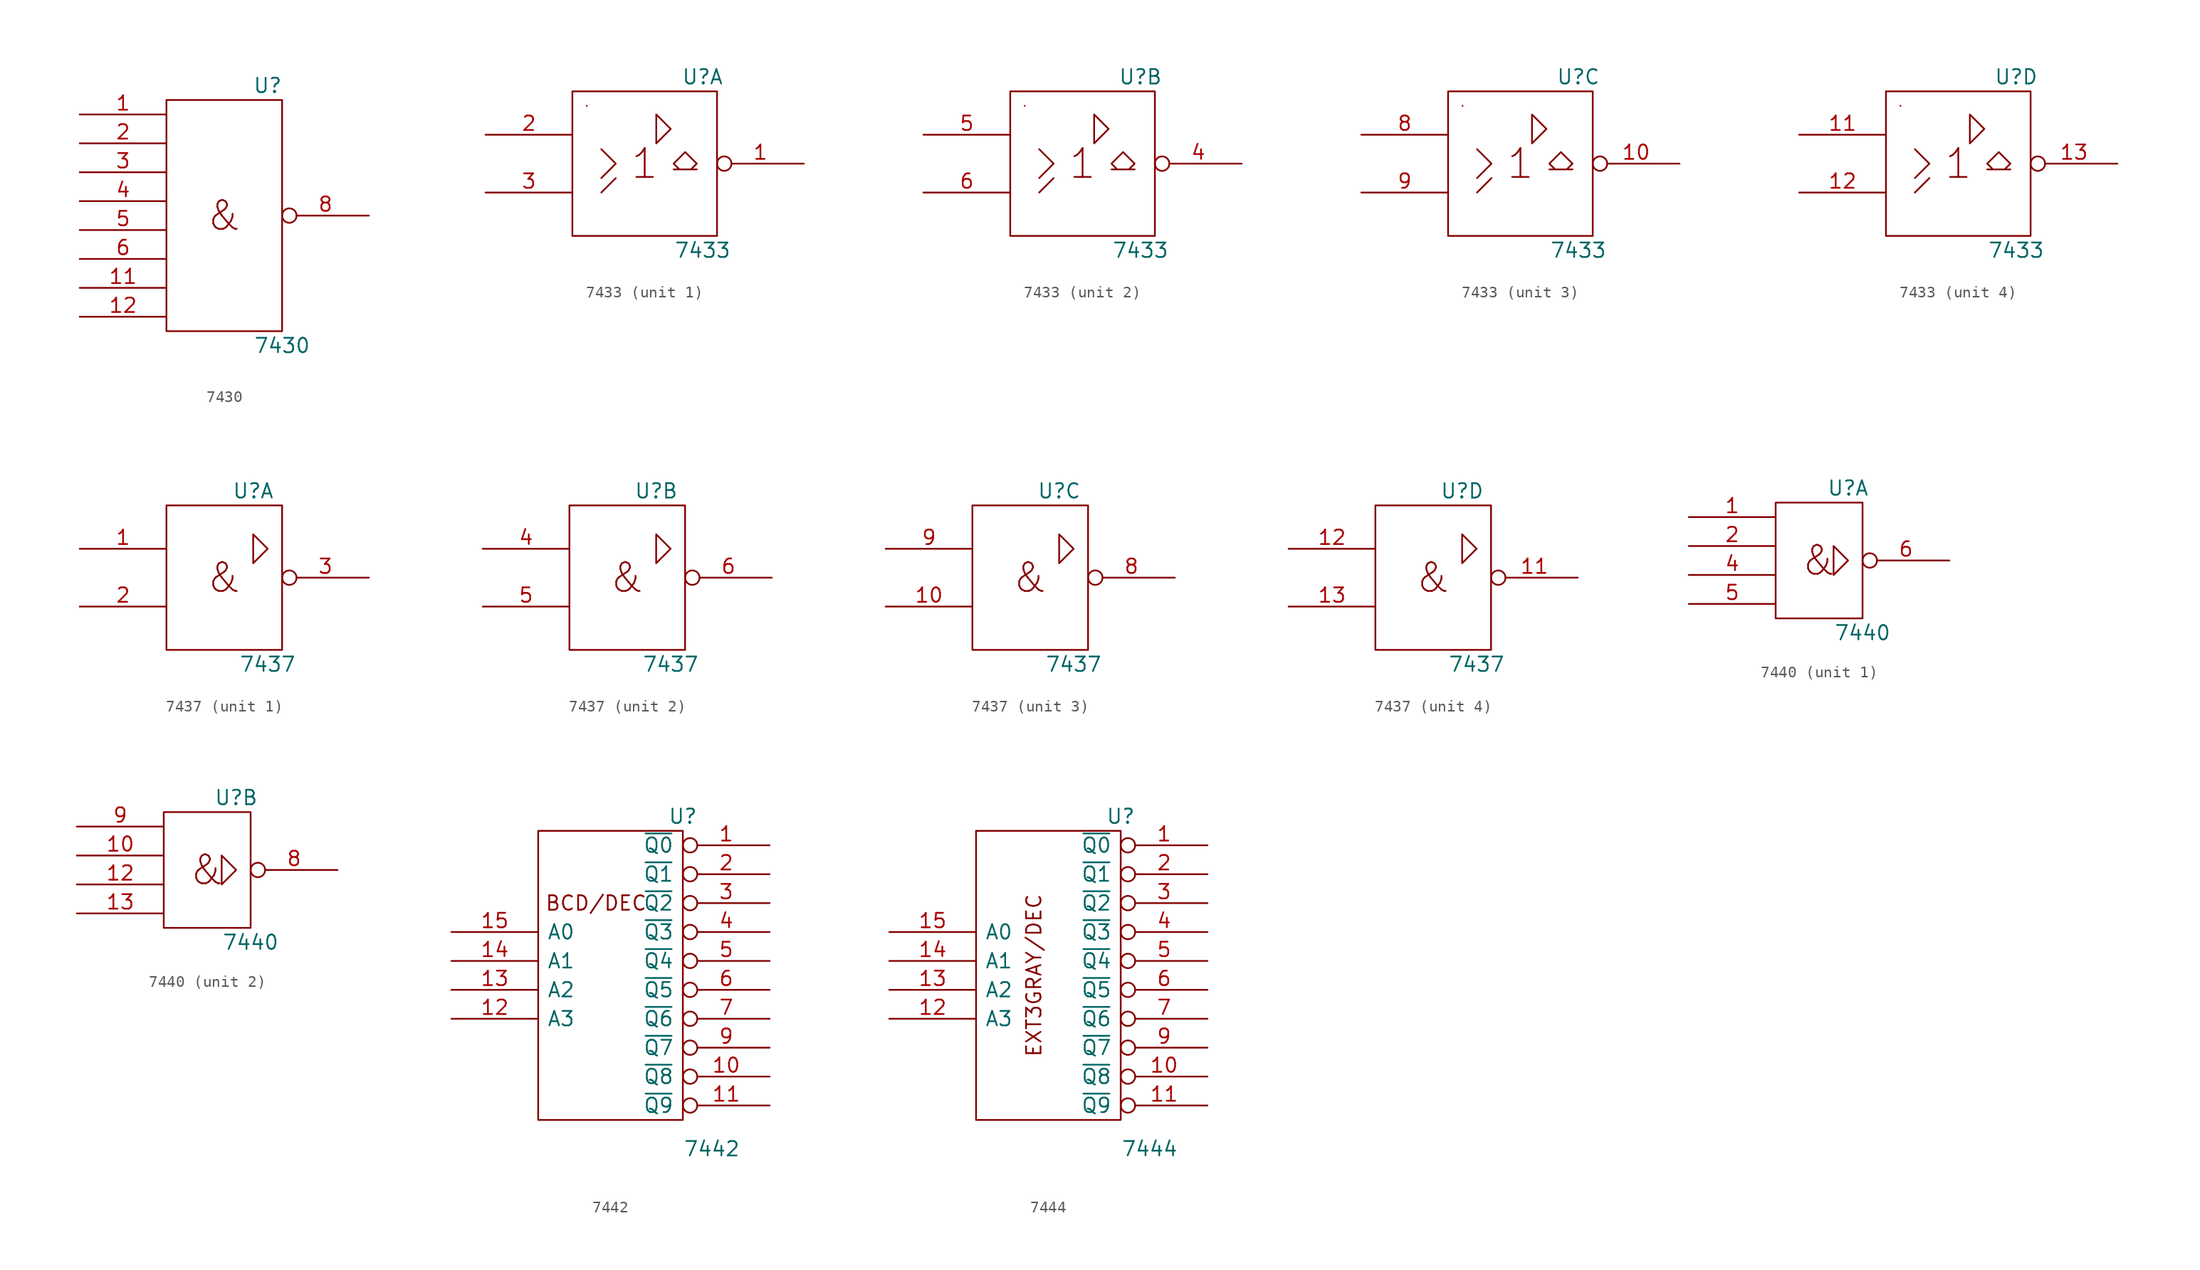
<source format=kicad_sym>
(kicad_symbol_lib
  (version 20201005)
  (generator kicad_symbol_editor)
  (symbol "7430"
    (pin_names
      (offset 0.762))
    (property "Reference" "U"
      (at 3.81 11.43 0)
      (effects (font (size 1.27 1.27))))
    (property "Value" "7430"
      (at 5.08 -11.43 0)
      (effects (font (size 1.27 1.27))))
    (symbol "7430_0_0"
      (text "&" (at 0 0 0) (effects (font (size 2.54 2.54)))))
    (symbol "7430_0_1"
      (rectangle (start -5.08 10.16) (end 5.08 -10.16) (stroke (width 0)) (fill (type none)))
      (pin power_in line (at 0 10.16 270) (length 0) hide (name "Vcc" (effects (font (size 1.27 1.27)))) (number "14" (effects (font (size 1.27 1.27)))))
      (pin power_in line (at 0 -10.16 90) (length 0) hide (name "Gnd" (effects (font (size 1.27 1.27)))) (number "7" (effects (font (size 1.27 1.27))))))
    (symbol "7430_1_1"
      (pin output inverted (at 12.7 0 180) (length 7.62) (name "~" (effects (font (size 1.27 1.27)))) (number "8" (effects (font (size 1.27 1.27)))))
      (pin input line (at -12.7 -8.89 0) (length 7.62) (name "~" (effects (font (size 1.27 1.27)))) (number "12" (effects (font (size 1.27 1.27)))))
      (pin input line (at -12.7 -6.35 0) (length 7.62) (name "~" (effects (font (size 1.27 1.27)))) (number "11" (effects (font (size 1.27 1.27)))))
      (pin input line (at -12.7 -3.81 0) (length 7.62) (name "~" (effects (font (size 1.27 1.27)))) (number "6" (effects (font (size 1.27 1.27)))))
      (pin input line (at -12.7 -1.27 0) (length 7.62) (name "~" (effects (font (size 1.27 1.27)))) (number "5" (effects (font (size 1.27 1.27)))))
      (pin input line (at -12.7 1.27 0) (length 7.62) (name "~" (effects (font (size 1.27 1.27)))) (number "4" (effects (font (size 1.27 1.27)))))
      (pin input line (at -12.7 3.81 0) (length 7.62) (name "~" (effects (font (size 1.27 1.27)))) (number "3" (effects (font (size 1.27 1.27)))))
      (pin input line (at -12.7 6.35 0) (length 7.62) (name "~" (effects (font (size 1.27 1.27)))) (number "2" (effects (font (size 1.27 1.27)))))
      (pin input line (at -12.7 8.89 0) (length 7.62) (name "~" (effects (font (size 1.27 1.27)))) (number "1" (effects (font (size 1.27 1.27)))))))
  (symbol "7433"
    (pin_names
      (offset 0.762))
    (property "Reference" "U"
      (at 5.08 7.62 0)
      (effects (font (size 1.27 1.27))))
    (property "Value" "7433"
      (at 5.08 -7.62 0)
      (effects (font (size 1.27 1.27))))
    (symbol "7433_0_0"
      (text "1" (at 0 0 0) (effects (font (size 2.54 2.54))))
      (rectangle (start -5.08 5.08) (end -5.08 5.08) (stroke (width 0)) (fill (type none)))
      (polyline (pts (xy 1.016 4.318) (xy 1.016 1.778) (xy 2.286 3.048) (xy 1.016 4.318) (xy 1.016 4.318)) (stroke (width 0)) (fill (type none)))
      (polyline (pts (xy -3.81 -2.54) (xy -2.54 -1.27) (xy -2.54 -1.27)) (stroke (width 0)) (fill (type none)))
      (polyline (pts (xy -3.81 1.27) (xy -2.54 0) (xy -3.81 -1.27) (xy -3.81 -1.27)) (stroke (width 0)) (fill (type none)))
      (pin power_in line (at 0 6.35 270) (length 0) hide (name "VCC" (effects (font (size 1.27 1.27)))) (number "14" (effects (font (size 1.27 1.27)))))
      (pin power_in line (at 0 -6.35 90) (length 0) hide (name "GND" (effects (font (size 1.27 1.27)))) (number "7" (effects (font (size 1.27 1.27))))))
    (symbol "7433_0_1"
      (rectangle (start -6.35 6.35) (end 6.35 -6.35) (stroke (width 0)) (fill (type none)))
      (polyline (pts (xy 3.556 1.016) (xy 4.572 0) (xy 4.064 -0.508) (xy 4.572 -0.508) (xy 2.54 -0.508) (xy 3.556 -0.508) (xy 3.556 -0.508) (xy 3.048 -0.508) (xy 2.54 0) (xy 3.556 1.016) (xy 3.556 1.016)) (stroke (width 0)) (fill (type none))))
    (symbol "7433_1_1"
      (pin open_collector inverted (at 13.97 0 180) (length 7.62) (name "~" (effects (font (size 1.27 1.27)))) (number "1" (effects (font (size 1.27 1.27)))))
      (pin input line (at -13.97 -2.54 0) (length 7.62) (name "~" (effects (font (size 1.27 1.27)))) (number "3" (effects (font (size 1.27 1.27)))))
      (pin input line (at -13.97 2.54 0) (length 7.62) (name "~" (effects (font (size 1.27 1.27)))) (number "2" (effects (font (size 1.27 1.27))))))
    (symbol "7433_2_1"
      (pin open_collector inverted (at 13.97 0 180) (length 7.62) (name "~" (effects (font (size 1.27 1.27)))) (number "4" (effects (font (size 1.27 1.27)))))
      (pin input line (at -13.97 -2.54 0) (length 7.62) (name "~" (effects (font (size 1.27 1.27)))) (number "6" (effects (font (size 1.27 1.27)))))
      (pin input line (at -13.97 2.54 0) (length 7.62) (name "~" (effects (font (size 1.27 1.27)))) (number "5" (effects (font (size 1.27 1.27))))))
    (symbol "7433_3_1"
      (pin open_collector inverted (at 13.97 0 180) (length 7.62) (name "~" (effects (font (size 1.27 1.27)))) (number "10" (effects (font (size 1.27 1.27)))))
      (pin input line (at -13.97 -2.54 0) (length 7.62) (name "~" (effects (font (size 1.27 1.27)))) (number "9" (effects (font (size 1.27 1.27)))))
      (pin input line (at -13.97 2.54 0) (length 7.62) (name "~" (effects (font (size 1.27 1.27)))) (number "8" (effects (font (size 1.27 1.27))))))
    (symbol "7433_4_1"
      (pin open_collector inverted (at 13.97 0 180) (length 7.62) (name "~" (effects (font (size 1.27 1.27)))) (number "13" (effects (font (size 1.27 1.27)))))
      (pin input line (at -13.97 -2.54 0) (length 7.62) (name "~" (effects (font (size 1.27 1.27)))) (number "12" (effects (font (size 1.27 1.27)))))
      (pin input line (at -13.97 2.54 0) (length 7.62) (name "~" (effects (font (size 1.27 1.27)))) (number "11" (effects (font (size 1.27 1.27)))))))
  (symbol "7437"
    (pin_names
      (offset 0.762))
    (property "Reference" "U"
      (at 2.54 7.62 0)
      (effects (font (size 1.27 1.27))))
    (property "Value" "7437"
      (at 3.81 -7.62 0)
      (effects (font (size 1.27 1.27))))
    (symbol "7437_0_0"
      (text "&" (at 0 0 0) (effects (font (size 2.54 2.54))))
      (polyline (pts (xy 2.54 3.81) (xy 2.54 1.27) (xy 3.81 2.54) (xy 2.54 3.81) (xy 2.54 3.81)) (stroke (width 0)) (fill (type none)))
      (pin power_in line (at 0 -6.35 90) (length 0) hide (name "GND" (effects (font (size 1.27 1.27)))) (number "7" (effects (font (size 1.27 1.27))))))
    (symbol "7437_0_1"
      (rectangle (start -5.08 6.35) (end 5.08 -6.35) (stroke (width 0)) (fill (type none)))
      (pin power_in line (at 0 6.35 270) (length 0) hide (name "Vcc" (effects (font (size 1.27 1.27)))) (number "14" (effects (font (size 1.27 1.27))))))
    (symbol "7437_1_1"
      (pin output inverted (at 12.7 0 180) (length 7.62) (name "~" (effects (font (size 1.27 1.27)))) (number "3" (effects (font (size 1.27 1.27)))))
      (pin input line (at -12.7 -2.54 0) (length 7.62) (name "~" (effects (font (size 1.27 1.27)))) (number "2" (effects (font (size 1.27 1.27)))))
      (pin input line (at -12.7 2.54 0) (length 7.62) (name "~" (effects (font (size 1.27 1.27)))) (number "1" (effects (font (size 1.27 1.27))))))
    (symbol "7437_2_1"
      (pin output inverted (at 12.7 0 180) (length 7.62) (name "~" (effects (font (size 1.27 1.27)))) (number "6" (effects (font (size 1.27 1.27)))))
      (pin input line (at -12.7 -2.54 0) (length 7.62) (name "~" (effects (font (size 1.27 1.27)))) (number "5" (effects (font (size 1.27 1.27)))))
      (pin input line (at -12.7 2.54 0) (length 7.62) (name "~" (effects (font (size 1.27 1.27)))) (number "4" (effects (font (size 1.27 1.27))))))
    (symbol "7437_3_1"
      (pin output inverted (at 12.7 0 180) (length 7.62) (name "~" (effects (font (size 1.27 1.27)))) (number "8" (effects (font (size 1.27 1.27)))))
      (pin input line (at -12.7 -2.54 0) (length 7.62) (name "~" (effects (font (size 1.27 1.27)))) (number "10" (effects (font (size 1.27 1.27)))))
      (pin input line (at -12.7 2.54 0) (length 7.62) (name "~" (effects (font (size 1.27 1.27)))) (number "9" (effects (font (size 1.27 1.27))))))
    (symbol "7437_4_1"
      (pin output inverted (at 12.7 0 180) (length 7.62) (name "~" (effects (font (size 1.27 1.27)))) (number "11" (effects (font (size 1.27 1.27)))))
      (pin input line (at -12.7 -2.54 0) (length 7.62) (name "~" (effects (font (size 1.27 1.27)))) (number "13" (effects (font (size 1.27 1.27)))))
      (pin input line (at -12.7 2.54 0) (length 7.62) (name "~" (effects (font (size 1.27 1.27)))) (number "12" (effects (font (size 1.27 1.27)))))))
  (symbol "7440"
    (pin_names
      (offset 0.762))
    (property "Reference" "U"
      (at 2.54 6.35 0)
      (effects (font (size 1.27 1.27))))
    (property "Value" "7440"
      (at 3.81 -6.35 0)
      (effects (font (size 1.27 1.27))))
    (symbol "7440_0_0"
      (text "&" (at 0 0 0) (effects (font (size 2.54 2.54)))))
    (symbol "7440_0_1"
      (rectangle (start -3.81 5.08) (end 3.81 -5.08) (stroke (width 0)) (fill (type none)))
      (polyline (pts (xy 1.27 1.27) (xy 1.27 -1.27) (xy 2.54 0) (xy 1.27 1.27) (xy 1.27 1.27)) (stroke (width 0)) (fill (type none)))
      (pin power_in line (at 0 5.08 270) (length 0) hide (name "Vcc" (effects (font (size 1.27 1.27)))) (number "14" (effects (font (size 1.27 1.27)))))
      (pin power_in line (at 0 -5.08 90) (length 0) hide (name "Gnd" (effects (font (size 1.27 1.27)))) (number "7" (effects (font (size 1.27 1.27))))))
    (symbol "7440_1_1"
      (pin output inverted (at 11.43 0 180) (length 7.62) (name "~" (effects (font (size 1.27 1.27)))) (number "6" (effects (font (size 1.27 1.27)))))
      (pin input line (at -11.43 -3.81 0) (length 7.62) (name "~" (effects (font (size 1.27 1.27)))) (number "5" (effects (font (size 1.27 1.27)))))
      (pin input line (at -11.43 -1.27 0) (length 7.62) (name "~" (effects (font (size 1.27 1.27)))) (number "4" (effects (font (size 1.27 1.27)))))
      (pin input line (at -11.43 1.27 0) (length 7.62) (name "~" (effects (font (size 1.27 1.27)))) (number "2" (effects (font (size 1.27 1.27)))))
      (pin input line (at -11.43 3.81 0) (length 7.62) (name "~" (effects (font (size 1.27 1.27)))) (number "1" (effects (font (size 1.27 1.27))))))
    (symbol "7440_2_1"
      (pin output inverted (at 11.43 0 180) (length 7.62) (name "~" (effects (font (size 1.27 1.27)))) (number "8" (effects (font (size 1.27 1.27)))))
      (pin input line (at -11.43 -3.81 0) (length 7.62) (name "~" (effects (font (size 1.27 1.27)))) (number "13" (effects (font (size 1.27 1.27)))))
      (pin input line (at -11.43 -1.27 0) (length 7.62) (name "~" (effects (font (size 1.27 1.27)))) (number "12" (effects (font (size 1.27 1.27)))))
      (pin input line (at -11.43 1.27 0) (length 7.62) (name "~" (effects (font (size 1.27 1.27)))) (number "10" (effects (font (size 1.27 1.27)))))
      (pin input line (at -11.43 3.81 0) (length 7.62) (name "~" (effects (font (size 1.27 1.27)))) (number "9" (effects (font (size 1.27 1.27)))))))
  (symbol "7442"
    (pin_names
      (offset 0.762))
    (property "Reference" "U"
      (at 6.35 13.97 0)
      (effects (font (size 1.27 1.27))))
    (property "Value" "7442"
      (at 8.89 -15.24 0)
      (effects (font (size 1.27 1.27))))
    (symbol "7442_0_0"
      (text "BCD/DEC" (at -1.27 6.35 0) (effects (font (size 1.27 1.27))))
      (rectangle (start -6.35 12.7) (end 6.35 -12.7) (stroke (width 0)) (fill (type none)))
      (pin power_in line (at 0 12.7 270) (length 0) hide (name "VCC" (effects (font (size 1.27 1.27)))) (number "16" (effects (font (size 1.27 1.27)))))
      (pin power_in line (at 0 -12.7 90) (length 0) hide (name "GND" (effects (font (size 1.27 1.27)))) (number "8" (effects (font (size 1.27 1.27))))))
    (symbol "7442_1_1"
      (pin output inverted (at 13.97 -11.43 180) (length 7.62) (name "~Q9" (effects (font (size 1.27 1.27)))) (number "11" (effects (font (size 1.27 1.27)))))
      (pin output inverted (at 13.97 -8.89 180) (length 7.62) (name "~Q8" (effects (font (size 1.27 1.27)))) (number "10" (effects (font (size 1.27 1.27)))))
      (pin output inverted (at 13.97 -6.35 180) (length 7.62) (name "~Q7" (effects (font (size 1.27 1.27)))) (number "9" (effects (font (size 1.27 1.27)))))
      (pin output inverted (at 13.97 -3.81 180) (length 7.62) (name "~Q6" (effects (font (size 1.27 1.27)))) (number "7" (effects (font (size 1.27 1.27)))))
      (pin output inverted (at 13.97 -1.27 180) (length 7.62) (name "~Q5" (effects (font (size 1.27 1.27)))) (number "6" (effects (font (size 1.27 1.27)))))
      (pin output inverted (at 13.97 1.27 180) (length 7.62) (name "~Q4" (effects (font (size 1.27 1.27)))) (number "5" (effects (font (size 1.27 1.27)))))
      (pin output inverted (at 13.97 3.81 180) (length 7.62) (name "~Q3" (effects (font (size 1.27 1.27)))) (number "4" (effects (font (size 1.27 1.27)))))
      (pin output inverted (at 13.97 6.35 180) (length 7.62) (name "~Q2" (effects (font (size 1.27 1.27)))) (number "3" (effects (font (size 1.27 1.27)))))
      (pin output inverted (at 13.97 8.89 180) (length 7.62) (name "~Q1" (effects (font (size 1.27 1.27)))) (number "2" (effects (font (size 1.27 1.27)))))
      (pin output inverted (at 13.97 11.43 180) (length 7.62) (name "~Q0" (effects (font (size 1.27 1.27)))) (number "1" (effects (font (size 1.27 1.27)))))
      (pin input line (at -13.97 -3.81 0) (length 7.62) (name "A3" (effects (font (size 1.27 1.27)))) (number "12" (effects (font (size 1.27 1.27)))))
      (pin input line (at -13.97 -1.27 0) (length 7.62) (name "A2" (effects (font (size 1.27 1.27)))) (number "13" (effects (font (size 1.27 1.27)))))
      (pin input line (at -13.97 1.27 0) (length 7.62) (name "A1" (effects (font (size 1.27 1.27)))) (number "14" (effects (font (size 1.27 1.27)))))
      (pin input line (at -13.97 3.81 0) (length 7.62) (name "A0" (effects (font (size 1.27 1.27)))) (number "15" (effects (font (size 1.27 1.27)))))))
  (symbol "7444"
    (pin_names
      (offset 0.762))
    (property "Reference" "U"
      (at 6.35 13.97 0)
      (effects (font (size 1.27 1.27))))
    (property "Value" "7444"
      (at 8.89 -15.24 0)
      (effects (font (size 1.27 1.27))))
    (symbol "7444_0_0"
      (text "EXT3GRAY/DEC" (at -1.27 0 900) (effects (font (size 1.27 1.27))))
      (rectangle (start -6.35 12.7) (end 6.35 -12.7) (stroke (width 0)) (fill (type none)))
      (pin power_in line (at 0 12.7 270) (length 0) hide (name "VCC" (effects (font (size 1.27 1.27)))) (number "16" (effects (font (size 1.27 1.27)))))
      (pin power_in line (at 0 -12.7 90) (length 0) hide (name "GND" (effects (font (size 1.27 1.27)))) (number "8" (effects (font (size 1.27 1.27))))))
    (symbol "7444_1_1"
      (pin output inverted (at 13.97 -11.43 180) (length 7.62) (name "~Q9" (effects (font (size 1.27 1.27)))) (number "11" (effects (font (size 1.27 1.27)))))
      (pin output inverted (at 13.97 -8.89 180) (length 7.62) (name "~Q8" (effects (font (size 1.27 1.27)))) (number "10" (effects (font (size 1.27 1.27)))))
      (pin output inverted (at 13.97 -6.35 180) (length 7.62) (name "~Q7" (effects (font (size 1.27 1.27)))) (number "9" (effects (font (size 1.27 1.27)))))
      (pin output inverted (at 13.97 -3.81 180) (length 7.62) (name "~Q6" (effects (font (size 1.27 1.27)))) (number "7" (effects (font (size 1.27 1.27)))))
      (pin output inverted (at 13.97 -1.27 180) (length 7.62) (name "~Q5" (effects (font (size 1.27 1.27)))) (number "6" (effects (font (size 1.27 1.27)))))
      (pin output inverted (at 13.97 1.27 180) (length 7.62) (name "~Q4" (effects (font (size 1.27 1.27)))) (number "5" (effects (font (size 1.27 1.27)))))
      (pin output inverted (at 13.97 3.81 180) (length 7.62) (name "~Q3" (effects (font (size 1.27 1.27)))) (number "4" (effects (font (size 1.27 1.27)))))
      (pin output inverted (at 13.97 6.35 180) (length 7.62) (name "~Q2" (effects (font (size 1.27 1.27)))) (number "3" (effects (font (size 1.27 1.27)))))
      (pin output inverted (at 13.97 8.89 180) (length 7.62) (name "~Q1" (effects (font (size 1.27 1.27)))) (number "2" (effects (font (size 1.27 1.27)))))
      (pin output inverted (at 13.97 11.43 180) (length 7.62) (name "~Q0" (effects (font (size 1.27 1.27)))) (number "1" (effects (font (size 1.27 1.27)))))
      (pin input line (at -13.97 -3.81 0) (length 7.62) (name "A3" (effects (font (size 1.27 1.27)))) (number "12" (effects (font (size 1.27 1.27)))))
      (pin input line (at -13.97 -1.27 0) (length 7.62) (name "A2" (effects (font (size 1.27 1.27)))) (number "13" (effects (font (size 1.27 1.27)))))
      (pin input line (at -13.97 1.27 0) (length 7.62) (name "A1" (effects (font (size 1.27 1.27)))) (number "14" (effects (font (size 1.27 1.27)))))
      (pin input line (at -13.97 3.81 0) (length 7.62) (name "A0" (effects (font (size 1.27 1.27)))) (number "15" (effects (font (size 1.27 1.27))))))))
</source>
